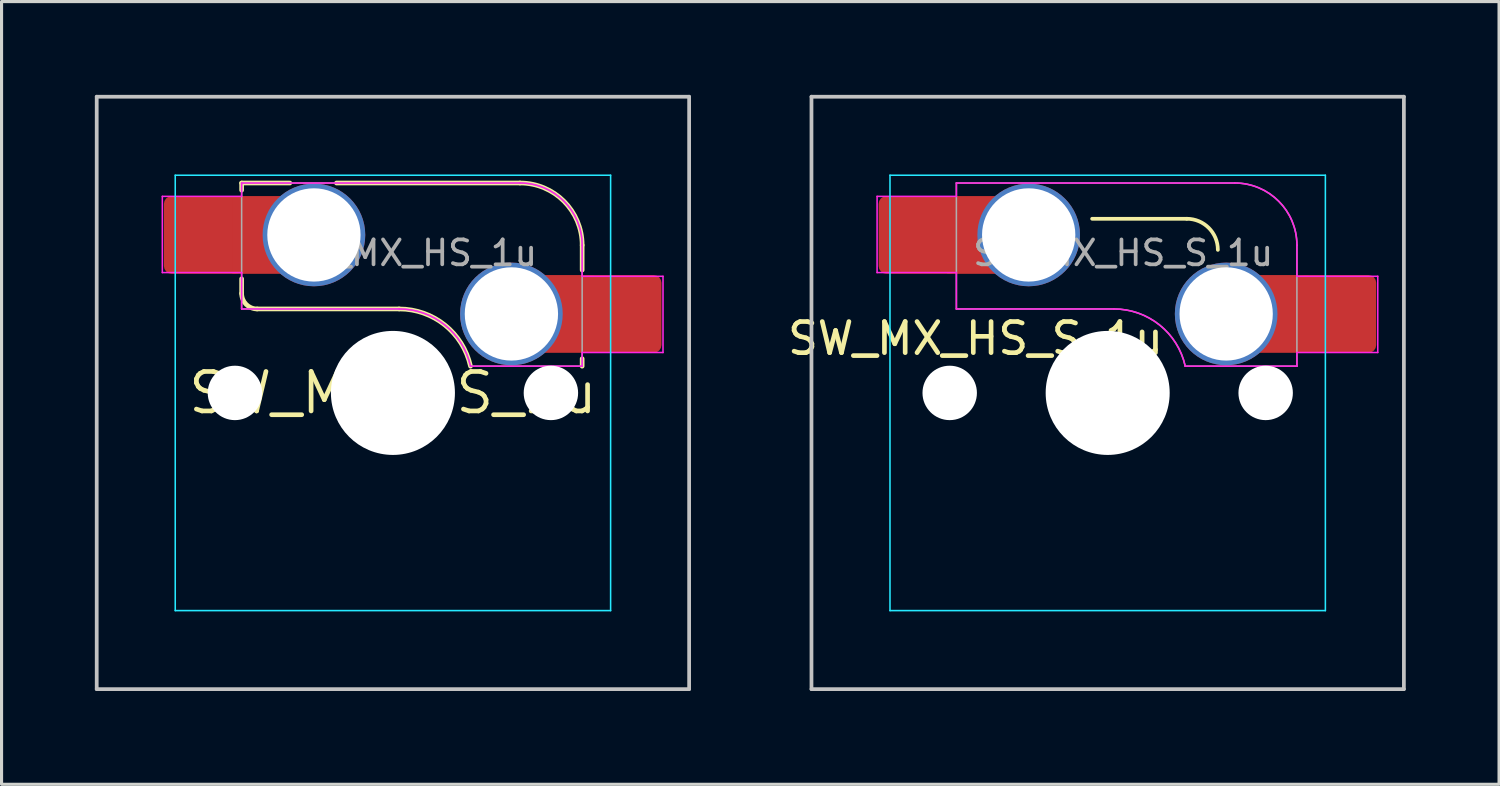
<source format=kicad_pcb>
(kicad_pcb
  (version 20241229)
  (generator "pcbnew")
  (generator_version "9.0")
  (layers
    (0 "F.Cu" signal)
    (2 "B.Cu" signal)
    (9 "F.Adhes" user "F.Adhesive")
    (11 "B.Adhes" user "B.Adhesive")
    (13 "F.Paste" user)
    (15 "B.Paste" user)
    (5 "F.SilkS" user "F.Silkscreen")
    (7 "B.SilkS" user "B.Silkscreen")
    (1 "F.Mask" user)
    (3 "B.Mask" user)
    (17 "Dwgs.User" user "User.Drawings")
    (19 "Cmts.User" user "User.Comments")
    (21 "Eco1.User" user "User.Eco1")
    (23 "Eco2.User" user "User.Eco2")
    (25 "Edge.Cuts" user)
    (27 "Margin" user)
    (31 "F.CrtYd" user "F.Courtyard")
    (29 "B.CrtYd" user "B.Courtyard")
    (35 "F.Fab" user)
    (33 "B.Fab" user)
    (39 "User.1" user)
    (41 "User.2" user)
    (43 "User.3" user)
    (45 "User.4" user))
  (footprint "SW_MX_HS_1u"
    (layer "F.Cu")
    (at 9.585 9.585)
    (property "Reference" "SW_MX_HS_1u" (at 0 0 0) (layer "F.SilkS") (effects (font (size 1.27 1.27) (thickness 0.15))))
    (attr smd)
    (fp_line (start -4.865 -6.75) (end -4.865 -6.52) (stroke (width 0.15) (type solid)) (layer "F.SilkS"))
    (fp_line (start -4.865 -3.67) (end -4.865 -3.2) (stroke (width 0.15) (type solid)) (layer "F.SilkS"))
    (fp_line (start -4.365 -2.7) (end 0.2 -2.7) (stroke (width 0.15) (type solid)) (layer "F.SilkS"))
    (fp_line (start -3.315 -6.75) (end -4.865 -6.75) (stroke (width 0.15) (type solid)) (layer "F.SilkS"))
    (fp_line (start 4.085 -6.75) (end -1.815 -6.75) (stroke (width 0.15) (type solid)) (layer "F.SilkS"))
    (fp_line (start 6.085 -3.95) (end 6.085 -4.75) (stroke (width 0.15) (type solid)) (layer "F.SilkS"))
    (fp_line (start 6.085 -1.1) (end 6.085 -0.86) (stroke (width 0.15) (type solid)) (layer "F.SilkS"))
    (fp_arc (start -4.364824 -2.70022) (mid -4.718377 -2.846667) (end -4.864824 -3.20022) (stroke (width 0.15) (type solid)) (layer "F.SilkS"))
    (fp_arc (start 0.2 -2.70022) (mid 1.670693 -2.183637) (end 2.494322 -0.86022) (stroke (width 0.15) (type solid)) (layer "F.SilkS"))
    (fp_arc (start 4.085176 -6.75022) (mid 5.49939 -6.164434) (end 6.085176 -4.75022) (stroke (width 0.15) (type solid)) (layer "F.SilkS"))
    (fp_line (start -9.525 -9.525) (end 9.525 -9.525) (stroke (width 0.12) (type solid)) (layer "Dwgs.User"))
    (fp_line (start -9.525 9.525) (end -9.525 -9.525) (stroke (width 0.12) (type solid)) (layer "Dwgs.User"))
    (fp_line (start 9.525 -9.525) (end 9.525 9.525) (stroke (width 0.12) (type solid)) (layer "Dwgs.User"))
    (fp_line (start 9.525 9.525) (end -9.525 9.525) (stroke (width 0.12) (type solid)) (layer "Dwgs.User"))
    (fp_line (start -7 -6.5) (end -7 6.5) (stroke (width 0.05) (type solid)) (layer "Eco2.User"))
    (fp_line (start -6.5 7) (end 6.5 7) (stroke (width 0.05) (type solid)) (layer "Eco2.User"))
    (fp_line (start 6.5 -7) (end -6.5 -7) (stroke (width 0.05) (type solid)) (layer "Eco2.User"))
    (fp_line (start 7 6.5) (end 7 -6.5) (stroke (width 0.05) (type solid)) (layer "Eco2.User"))
    (fp_arc (start -7 -6.5) (mid -6.853553 -6.853553) (end -6.5 -7) (stroke (width 0.05) (type solid)) (layer "Eco2.User"))
    (fp_arc (start -6.497236 6.998884) (mid -6.850789 6.852437) (end -6.997236 6.498884) (stroke (width 0.05) (type solid)) (layer "Eco2.User"))
    (fp_arc (start 6.5 -7) (mid 6.853553 -6.853553) (end 7 -6.5) (stroke (width 0.05) (type solid)) (layer "Eco2.User"))
    (fp_arc (start 7 6.5) (mid 6.853553 6.853553) (end 6.5 7) (stroke (width 0.05) (type solid)) (layer "Eco2.User"))
    (fp_line (start -7 -7) (end 7 -7) (stroke (width 0.05) (type solid)) (layer "B.CrtYd"))
    (fp_line (start -7 7) (end -7 -7) (stroke (width 0.05) (type solid)) (layer "B.CrtYd"))
    (fp_line (start 7 -7) (end 7 7) (stroke (width 0.05) (type solid)) (layer "B.CrtYd"))
    (fp_line (start 7 7) (end -7 7) (stroke (width 0.05) (type solid)) (layer "B.CrtYd"))
    (fp_line (start -7.415 -6.32) (end -4.865 -6.32) (stroke (width 0.05) (type solid)) (layer "F.CrtYd"))
    (fp_line (start -7.415 -3.87) (end -7.415 -6.32) (stroke (width 0.05) (type solid)) (layer "F.CrtYd"))
    (fp_line (start -4.865 -6.75) (end -4.865 -6.32) (stroke (width 0.05) (type solid)) (layer "F.CrtYd"))
    (fp_line (start -4.865 -3.87) (end -7.415 -3.87) (stroke (width 0.05) (type solid)) (layer "F.CrtYd"))
    (fp_line (start -4.865 -3.87) (end -4.865 -2.7) (stroke (width 0.05) (type solid)) (layer "F.CrtYd"))
    (fp_line (start -4.865 -2.7) (end 0.2 -2.7) (stroke (width 0.05) (type solid)) (layer "F.CrtYd"))
    (fp_line (start 4.085 -6.75) (end -4.865 -6.75) (stroke (width 0.05) (type solid)) (layer "F.CrtYd"))
    (fp_line (start 6.085 -3.75) (end 6.085 -4.75) (stroke (width 0.05) (type solid)) (layer "F.CrtYd"))
    (fp_line (start 6.085 -3.75) (end 8.685 -3.75) (stroke (width 0.05) (type solid)) (layer "F.CrtYd"))
    (fp_line (start 6.085 -1.3) (end 6.085 -0.86) (stroke (width 0.05) (type solid)) (layer "F.CrtYd"))
    (fp_line (start 6.085 -0.86) (end 2.494 -0.86) (stroke (width 0.05) (type solid)) (layer "F.CrtYd"))
    (fp_line (start 8.685 -3.75) (end 8.685 -1.3) (stroke (width 0.05) (type solid)) (layer "F.CrtYd"))
    (fp_line (start 8.685 -1.3) (end 6.085 -1.3) (stroke (width 0.05) (type solid)) (layer "F.CrtYd"))
    (fp_arc (start 0.2 -2.70022) (mid 1.670503 -2.183399) (end 2.494322 -0.86022) (stroke (width 0.05) (type solid)) (layer "F.CrtYd"))
    (fp_arc (start 4.085176 -6.75022) (mid 5.49939 -6.164434) (end 6.085176 -4.75022) (stroke (width 0.05) (type solid)) (layer "F.CrtYd"))
    (fp_line (start -4.865 -6.75) (end -4.865 -2.7) (stroke (width 0.05) (type solid)) (layer "F.Fab"))
    (fp_line (start -4.865 -2.7) (end 0.2 -2.7) (stroke (width 0.05) (type solid)) (layer "F.Fab"))
    (fp_line (start 4.085 -6.75) (end -4.865 -6.75) (stroke (width 0.05) (type solid)) (layer "F.Fab"))
    (fp_line (start 6.085 -0.86) (end 2.494 -0.86) (stroke (width 0.05) (type solid)) (layer "F.Fab"))
    (fp_line (start 6.085 -0.86) (end 6.085 -4.75) (stroke (width 0.05) (type solid)) (layer "F.Fab"))
    (fp_arc (start 0.2 -2.70022) (mid 1.670503 -2.183399) (end 2.494322 -0.86022) (stroke (width 0.05) (type solid)) (layer "F.Fab"))
    (fp_arc (start 4.085176 -6.75022) (mid 5.49939 -6.164434) (end 6.085176 -4.75022) (stroke (width 0.05) (type solid)) (layer "F.Fab"))
    (fp_text user "${REFERENCE}" (at 0.5 -4.5 0) (layer "F.Fab") (effects (font (size 0.8 0.8) (thickness 0.12))))
    (pad "" np_thru_hole circle (at -5.08 0) (size 1.75 1.75) (drill 1.75) (layers "*.Cu" "*.Mask"))
    (pad "" np_thru_hole circle (at 0 0) (size 3.988 3.988) (drill 3.988) (layers "*.Cu" "*.Mask"))
    (pad "" np_thru_hole circle (at 5.08 0) (size 1.75 1.75) (drill 1.75) (layers "*.Cu" "*.Mask"))
    (pad "1" thru_hole circle (at 3.81 -2.54) (size 3.3 3.3) (drill 3) (layers "*.Cu" "*.Mask"))
    (pad "1" smd rect (at 5.635 -2.54 180) (size 1.65 2.5) (layers "F.Cu"))
    (pad "1" smd roundrect (at 7.36 -2.54) (size 2.55 2.5) (layers "F.Cu" "F.Mask" "F.Paste") (roundrect_rratio 0.1))
    (pad "2" smd roundrect (at -6.09 -5.08) (size 2.55 2.5) (layers "F.Cu" "F.Mask" "F.Paste") (roundrect_rratio 0.1))
    (pad "2" smd rect (at -4.34 -5.08) (size 1.65 2.5) (layers "F.Cu"))
    (pad "2" thru_hole circle (at -2.54 -5.08) (size 3.3 3.3) (drill 3) (layers "*.Cu" "*.Mask")))
  (footprint "SW_MX_HS_S_1u"
    (layer "F.Cu")
    (at 32.569 9.585)
    (property "Reference" "SW_MX_HS_S_1u" (at -4.25 -1.75 0) (layer "F.SilkS") (effects (font (size 1 1) (thickness 0.15))))
    (attr smd)
    (fp_line (start -0.5 -5.6) (end 2.543 -5.6) (stroke (width 0.12) (type solid)) (layer "F.SilkS"))
    (fp_arc (start 2.542893 -5.6) (mid 3.25 -5.307107) (end 3.542893 -4.6) (stroke (width 0.12) (type solid)) (layer "F.SilkS"))
    (fp_line (start -9.525 -9.525) (end 9.525 -9.525) (stroke (width 0.12) (type solid)) (layer "Dwgs.User"))
    (fp_line (start -9.525 9.525) (end -9.525 -9.525) (stroke (width 0.12) (type solid)) (layer "Dwgs.User"))
    (fp_line (start 9.525 -9.525) (end 9.525 9.525) (stroke (width 0.12) (type solid)) (layer "Dwgs.User"))
    (fp_line (start 9.525 9.525) (end -9.525 9.525) (stroke (width 0.12) (type solid)) (layer "Dwgs.User"))
    (fp_line (start -7 -6.5) (end -7 6.5) (stroke (width 0.05) (type solid)) (layer "Eco2.User"))
    (fp_line (start -6.5 7) (end 6.5 7) (stroke (width 0.05) (type solid)) (layer "Eco2.User"))
    (fp_line (start 6.5 -7) (end -6.5 -7) (stroke (width 0.05) (type solid)) (layer "Eco2.User"))
    (fp_line (start 7 6.5) (end 7 -6.5) (stroke (width 0.05) (type solid)) (layer "Eco2.User"))
    (fp_arc (start -7 -6.5) (mid -6.853553 -6.853553) (end -6.5 -7) (stroke (width 0.05) (type solid)) (layer "Eco2.User"))
    (fp_arc (start -6.497236 6.998884) (mid -6.850789 6.852437) (end -6.997236 6.498884) (stroke (width 0.05) (type solid)) (layer "Eco2.User"))
    (fp_arc (start 6.5 -7) (mid 6.853553 -6.853553) (end 7 -6.5) (stroke (width 0.05) (type solid)) (layer "Eco2.User"))
    (fp_arc (start 7 6.5) (mid 6.853553 6.853553) (end 6.5 7) (stroke (width 0.05) (type solid)) (layer "Eco2.User"))
    (fp_line (start -7 -7) (end 7 -7) (stroke (width 0.05) (type solid)) (layer "B.CrtYd"))
    (fp_line (start -7 7) (end -7 -7) (stroke (width 0.05) (type solid)) (layer "B.CrtYd"))
    (fp_line (start 7 -7) (end 7 7) (stroke (width 0.05) (type solid)) (layer "B.CrtYd"))
    (fp_line (start 7 7) (end -7 7) (stroke (width 0.05) (type solid)) (layer "B.CrtYd"))
    (fp_line (start -7.415 -6.32) (end -4.865 -6.32) (stroke (width 0.05) (type solid)) (layer "F.CrtYd"))
    (fp_line (start -7.415 -3.87) (end -7.415 -6.32) (stroke (width 0.05) (type solid)) (layer "F.CrtYd"))
    (fp_line (start -4.865 -6.75) (end -4.865 -6.32) (stroke (width 0.05) (type solid)) (layer "F.CrtYd"))
    (fp_line (start -4.865 -3.87) (end -7.415 -3.87) (stroke (width 0.05) (type solid)) (layer "F.CrtYd"))
    (fp_line (start -4.865 -3.87) (end -4.865 -2.7) (stroke (width 0.05) (type solid)) (layer "F.CrtYd"))
    (fp_line (start -4.865 -2.7) (end 0.2 -2.7) (stroke (width 0.05) (type solid)) (layer "F.CrtYd"))
    (fp_line (start 4.085 -6.75) (end -4.865 -6.75) (stroke (width 0.05) (type solid)) (layer "F.CrtYd"))
    (fp_line (start 6.085 -3.75) (end 6.085 -4.75) (stroke (width 0.05) (type solid)) (layer "F.CrtYd"))
    (fp_line (start 6.085 -3.75) (end 8.685 -3.75) (stroke (width 0.05) (type solid)) (layer "F.CrtYd"))
    (fp_line (start 6.085 -1.3) (end 6.085 -0.86) (stroke (width 0.05) (type solid)) (layer "F.CrtYd"))
    (fp_line (start 6.085 -0.86) (end 2.494 -0.86) (stroke (width 0.05) (type solid)) (layer "F.CrtYd"))
    (fp_line (start 8.685 -3.75) (end 8.685 -1.3) (stroke (width 0.05) (type solid)) (layer "F.CrtYd"))
    (fp_line (start 8.685 -1.3) (end 6.085 -1.3) (stroke (width 0.05) (type solid)) (layer "F.CrtYd"))
    (fp_arc (start 0.2 -2.70022) (mid 1.670503 -2.183399) (end 2.494322 -0.86022) (stroke (width 0.05) (type solid)) (layer "F.CrtYd"))
    (fp_arc (start 4.085176 -6.75022) (mid 5.49939 -6.164434) (end 6.085176 -4.75022) (stroke (width 0.05) (type solid)) (layer "F.CrtYd"))
    (fp_line (start -4.865 -6.75) (end -4.865 -2.7) (stroke (width 0.05) (type solid)) (layer "F.Fab"))
    (fp_line (start -4.865 -2.7) (end 0.2 -2.7) (stroke (width 0.05) (type solid)) (layer "F.Fab"))
    (fp_line (start 4.085 -6.75) (end -4.865 -6.75) (stroke (width 0.05) (type solid)) (layer "F.Fab"))
    (fp_line (start 6.085 -0.86) (end 2.494 -0.86) (stroke (width 0.05) (type solid)) (layer "F.Fab"))
    (fp_line (start 6.085 -0.86) (end 6.085 -4.75) (stroke (width 0.05) (type solid)) (layer "F.Fab"))
    (fp_arc (start 0.2 -2.70022) (mid 1.670503 -2.183399) (end 2.494322 -0.86022) (stroke (width 0.05) (type solid)) (layer "F.Fab"))
    (fp_arc (start 4.085176 -6.75022) (mid 5.49939 -6.164434) (end 6.085176 -4.75022) (stroke (width 0.05) (type solid)) (layer "F.Fab"))
    (fp_text user "${REFERENCE}" (at 0.5 -4.5 0) (layer "F.Fab") (effects (font (size 0.8 0.8) (thickness 0.12))))
    (pad "" np_thru_hole circle (at -5.08 0 180) (size 1.75 1.75) (drill 1.75) (layers "*.Cu" "*.Mask"))
    (pad "" np_thru_hole circle (at 0 0 180) (size 3.988 3.988) (drill 3.988) (layers "*.Cu" "*.Mask"))
    (pad "" np_thru_hole circle (at 5.08 0 180) (size 1.75 1.75) (drill 1.75) (layers "*.Cu" "*.Mask"))
    (pad "1" thru_hole circle (at 3.81 -2.54 180) (size 3.3 3.3) (drill 3) (layers "*.Cu" "*.Mask"))
    (pad "1" smd rect (at 5.635 -2.54) (size 1.65 2.5) (layers "F.Cu"))
    (pad "1" smd roundrect (at 7.36 -2.54 180) (size 2.55 2.5) (layers "F.Cu" "F.Mask" "F.Paste") (roundrect_rratio 0.1))
    (pad "2" smd roundrect (at -6.09 -5.08 180) (size 2.55 2.5) (layers "F.Cu" "F.Mask" "F.Paste") (roundrect_rratio 0.1))
    (pad "2" smd rect (at -4.34 -5.08 180) (size 1.65 2.5) (layers "F.Cu"))
    (pad "2" thru_hole circle (at -2.54 -5.08 180) (size 3.3 3.3) (drill 3) (layers "*.Cu" "*.Mask")))
  (gr_rect
    (start -3 -3)
    (end 45.154 22.17)
    (stroke (width 0.1) (type default))
    (fill no)
    (layer "Edge.Cuts")))
</source>
